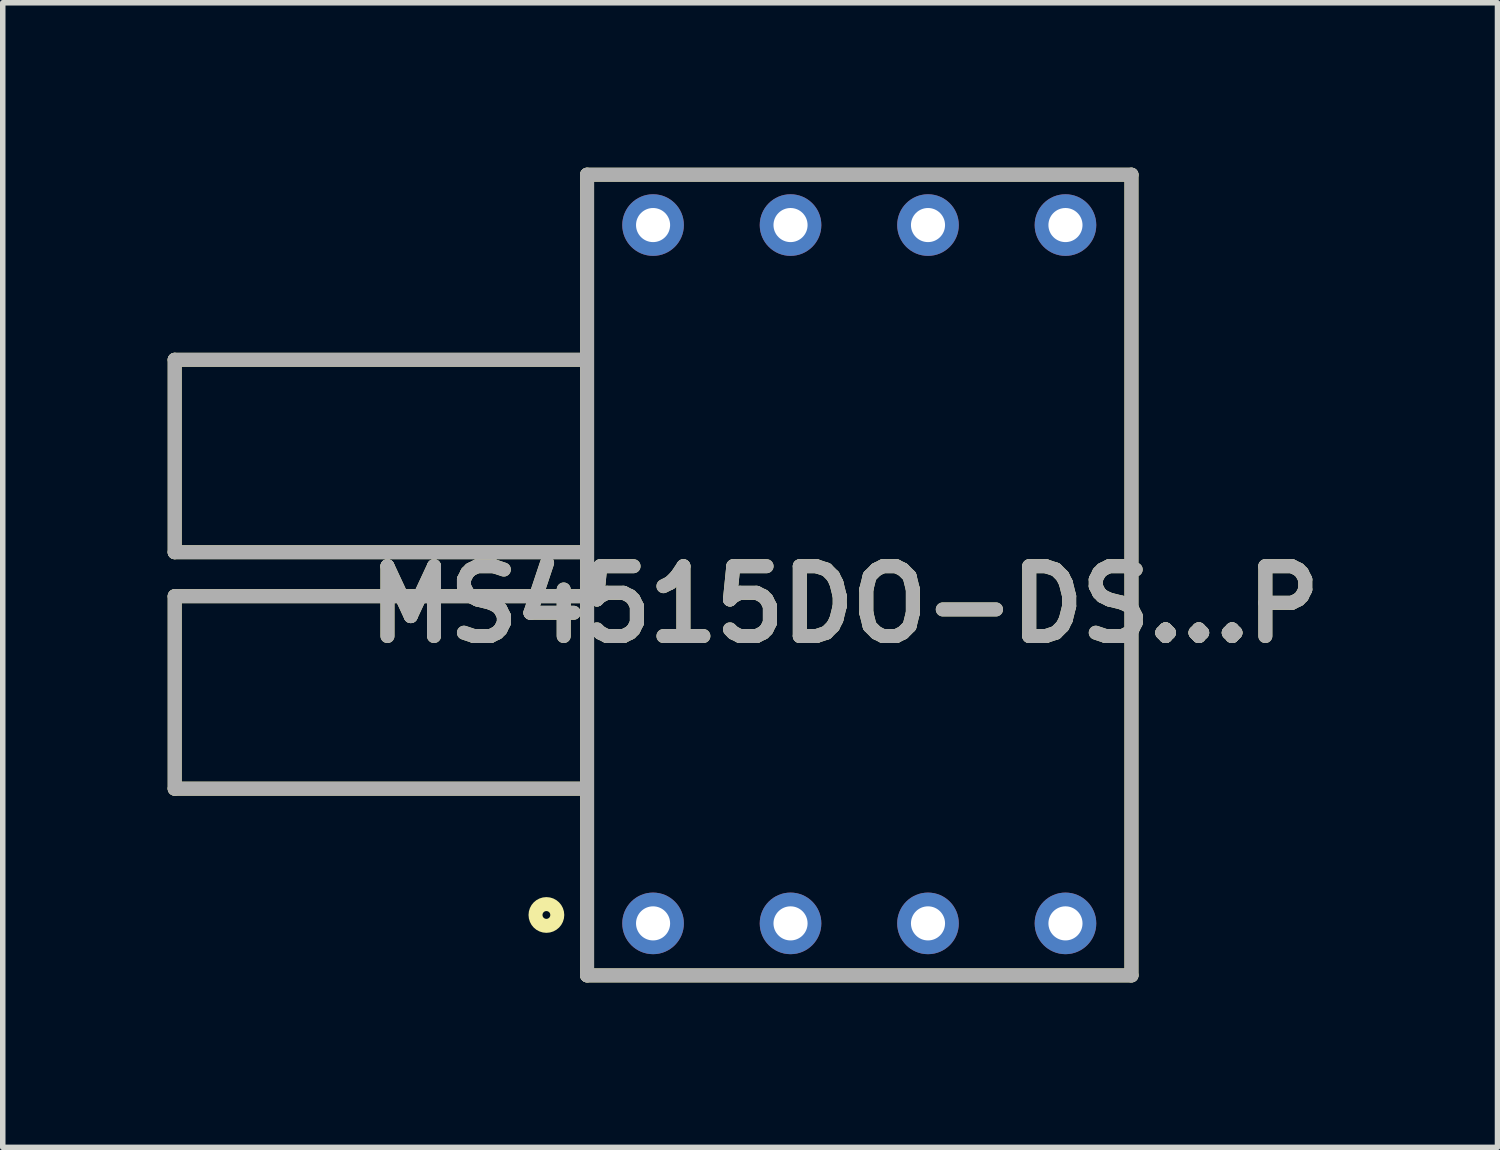
<source format=kicad_pcb>
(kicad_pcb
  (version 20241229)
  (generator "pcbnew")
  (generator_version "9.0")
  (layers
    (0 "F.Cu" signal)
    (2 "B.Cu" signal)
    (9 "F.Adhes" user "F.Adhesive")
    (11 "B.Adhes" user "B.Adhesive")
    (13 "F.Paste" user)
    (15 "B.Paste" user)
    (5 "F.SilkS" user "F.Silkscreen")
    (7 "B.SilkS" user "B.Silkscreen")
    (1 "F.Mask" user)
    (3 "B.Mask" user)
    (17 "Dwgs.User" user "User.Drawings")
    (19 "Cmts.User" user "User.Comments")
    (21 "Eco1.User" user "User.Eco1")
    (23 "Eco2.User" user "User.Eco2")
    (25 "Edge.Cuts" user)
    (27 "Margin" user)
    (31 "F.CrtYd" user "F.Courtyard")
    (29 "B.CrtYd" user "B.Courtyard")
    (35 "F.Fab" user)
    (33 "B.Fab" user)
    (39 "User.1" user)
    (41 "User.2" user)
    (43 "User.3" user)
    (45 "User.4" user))
  (footprint "MS4515DO-DS...P"
    (layer "F.Cu")
    (at 7.627 9.543)
    (property "Reference" "MS4515DO-DS...P" (at 4.685 -1.6 0) (layer "F.SilkS") (effects (font (size 1.27 1.27) (thickness 0.254))))
    (attr through_hole)
    (fp_line (start -7.5 -6.05) (end -7.5 -2.55) (stroke (width 0.254) (type solid)) (layer "F.SilkS"))
    (fp_line (start -7.5 -2.55) (end -0.001 -2.55) (stroke (width 0.254) (type solid)) (layer "F.SilkS"))
    (fp_line (start -7.5 -1.75) (end -7.5 1.75) (stroke (width 0.254) (type solid)) (layer "F.SilkS"))
    (fp_line (start -7.5 1.75) (end -0.023 1.75) (stroke (width 0.254) (type solid)) (layer "F.SilkS"))
    (fp_line (start -0.023 -6.05) (end -7.5 -6.05) (stroke (width 0.254) (type solid)) (layer "F.SilkS"))
    (fp_line (start -0.001 -1.75) (end -7.5 -1.75) (stroke (width 0.254) (type solid)) (layer "F.SilkS"))
    (fp_line (start 0 -9.416) (end 9.9 -9.416) (stroke (width 0.254) (type solid)) (layer "F.SilkS"))
    (fp_line (start 0 5.146) (end 0 -9.416) (stroke (width 0.254) (type solid)) (layer "F.SilkS"))
    (fp_line (start 9.9 -9.416) (end 9.9 5.146) (stroke (width 0.254) (type solid)) (layer "F.SilkS"))
    (fp_line (start 9.9 5.146) (end 0 5.146) (stroke (width 0.254) (type solid)) (layer "F.SilkS"))
    (fp_circle (center -0.74 4.047) (end -0.74 4.118) (stroke (width 0.254) (type solid)) (fill no) (layer "F.SilkS"))
    (fp_line (start -7.5 -6.05) (end -7.5 -2.55) (stroke (width 0.254) (type solid)) (layer "F.Fab"))
    (fp_line (start -7.5 -2.55) (end -0.001 -2.55) (stroke (width 0.254) (type solid)) (layer "F.Fab"))
    (fp_line (start -7.5 -1.75) (end -7.5 1.75) (stroke (width 0.254) (type solid)) (layer "F.Fab"))
    (fp_line (start -7.5 1.75) (end -0.023 1.75) (stroke (width 0.254) (type solid)) (layer "F.Fab"))
    (fp_line (start -0.023 -6.05) (end -7.5 -6.05) (stroke (width 0.254) (type solid)) (layer "F.Fab"))
    (fp_line (start -0.001 -1.75) (end -7.5 -1.75) (stroke (width 0.254) (type solid)) (layer "F.Fab"))
    (fp_line (start 0 -9.416) (end 9.9 -9.416) (stroke (width 0.254) (type solid)) (layer "F.Fab"))
    (fp_line (start 0 5.146) (end 0 -9.416) (stroke (width 0.254) (type solid)) (layer "F.Fab"))
    (fp_line (start 9.9 -9.416) (end 9.9 5.146) (stroke (width 0.254) (type solid)) (layer "F.Fab"))
    (fp_line (start 9.9 5.146) (end 0 5.146) (stroke (width 0.254) (type solid)) (layer "F.Fab"))
    (fp_text user "${REFERENCE}" (at 4.685 -1.6 0) (layer "F.Fab") (effects (font (size 1.27 1.27) (thickness 0.254))))
    (pad "1" thru_hole circle (at 1.2 4.2) (size 1.12 1.12) (drill 0.62) (layers "*.Cu" "*.Mask"))
    (pad "2" thru_hole circle (at 3.7 4.2) (size 1.12 1.12) (drill 0.62) (layers "*.Cu" "*.Mask"))
    (pad "3" thru_hole circle (at 6.2 4.2) (size 1.12 1.12) (drill 0.62) (layers "*.Cu" "*.Mask"))
    (pad "4" thru_hole circle (at 8.7 4.2) (size 1.12 1.12) (drill 0.62) (layers "*.Cu" "*.Mask"))
    (pad "5" thru_hole circle (at 8.7 -8.5) (size 1.12 1.12) (drill 0.62) (layers "*.Cu" "*.Mask"))
    (pad "6" thru_hole circle (at 6.2 -8.5) (size 1.12 1.12) (drill 0.62) (layers "*.Cu" "*.Mask"))
    (pad "7" thru_hole circle (at 3.7 -8.5) (size 1.12 1.12) (drill 0.62) (layers "*.Cu" "*.Mask"))
    (pad "8" thru_hole circle (at 1.2 -8.5) (size 1.12 1.12) (drill 0.62) (layers "*.Cu" "*.Mask")))
  (gr_rect
    (start -3 -3)
    (end 24.184 17.816)
    (stroke (width 0.1) (type default))
    (fill no)
    (layer "Edge.Cuts")))
</source>
